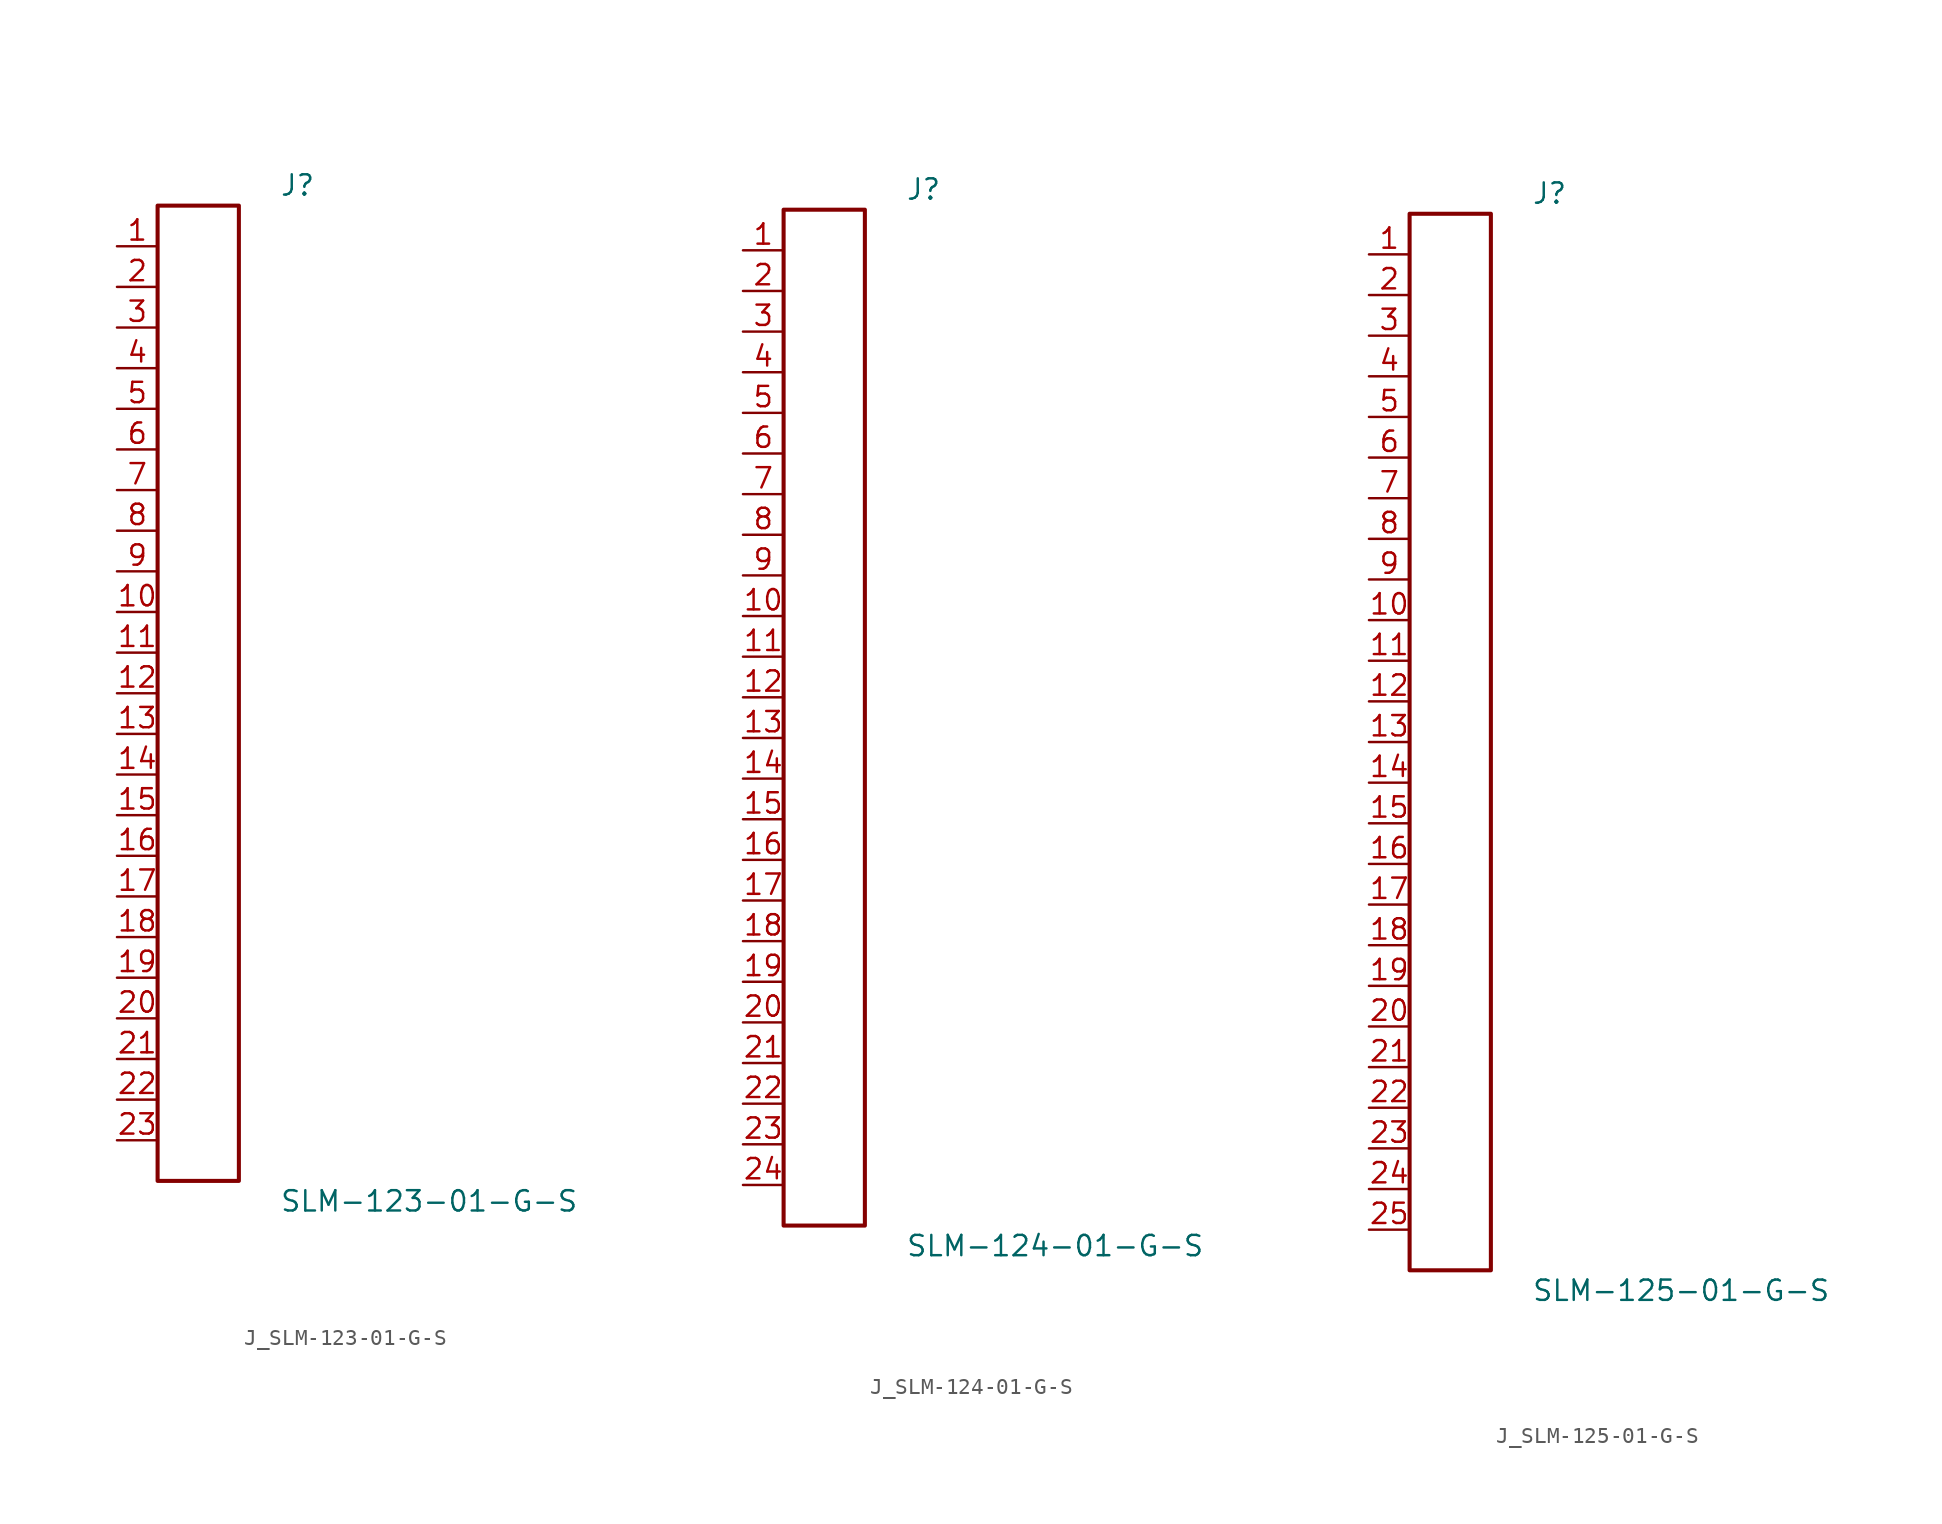
<source format=kicad_sym>
(kicad_symbol_lib
  (version 20231120)
  (generator kicad_symbol_editor)
  (generator_version 8.0)
  (symbol "J_SLM-123-01-G-S"
    (pin_names
      (offset 0.254))
    (property "Reference" "J"
      (at 5.08 31.75 0)
      (effects (font (size 1.27 1.27)) (justify left)))
    (property "Value" "SLM-123-01-G-S"
      (at 5.08 -31.75 0)
      (effects (font (size 1.27 1.27)) (justify left)))
    (symbol "J_SLM-123-01-G-S_0_0"
      (pin passive line (at -5.08 27.94 0) (length 2.54) (name "" (effects (font (size 1.27 1.27)))) (number "1" (effects (font (size 1.27 1.27)))))
      (pin passive line (at -5.08 25.4 0) (length 2.54) (name "" (effects (font (size 1.27 1.27)))) (number "2" (effects (font (size 1.27 1.27)))))
      (pin passive line (at -5.08 22.86 0) (length 2.54) (name "" (effects (font (size 1.27 1.27)))) (number "3" (effects (font (size 1.27 1.27)))))
      (pin passive line (at -5.08 20.32 0) (length 2.54) (name "" (effects (font (size 1.27 1.27)))) (number "4" (effects (font (size 1.27 1.27)))))
      (pin passive line (at -5.08 17.78 0) (length 2.54) (name "" (effects (font (size 1.27 1.27)))) (number "5" (effects (font (size 1.27 1.27)))))
      (pin passive line (at -5.08 15.24 0) (length 2.54) (name "" (effects (font (size 1.27 1.27)))) (number "6" (effects (font (size 1.27 1.27)))))
      (pin passive line (at -5.08 12.7 0) (length 2.54) (name "" (effects (font (size 1.27 1.27)))) (number "7" (effects (font (size 1.27 1.27)))))
      (pin passive line (at -5.08 10.16 0) (length 2.54) (name "" (effects (font (size 1.27 1.27)))) (number "8" (effects (font (size 1.27 1.27)))))
      (pin passive line (at -5.08 7.62 0) (length 2.54) (name "" (effects (font (size 1.27 1.27)))) (number "9" (effects (font (size 1.27 1.27)))))
      (pin passive line (at -5.08 5.08 0) (length 2.54) (name "" (effects (font (size 1.27 1.27)))) (number "10" (effects (font (size 1.27 1.27)))))
      (pin passive line (at -5.08 2.54 0) (length 2.54) (name "" (effects (font (size 1.27 1.27)))) (number "11" (effects (font (size 1.27 1.27)))))
      (pin passive line (at -5.08 0.0 0) (length 2.54) (name "" (effects (font (size 1.27 1.27)))) (number "12" (effects (font (size 1.27 1.27)))))
      (pin passive line (at -5.08 -2.54 0) (length 2.54) (name "" (effects (font (size 1.27 1.27)))) (number "13" (effects (font (size 1.27 1.27)))))
      (pin passive line (at -5.08 -5.08 0) (length 2.54) (name "" (effects (font (size 1.27 1.27)))) (number "14" (effects (font (size 1.27 1.27)))))
      (pin passive line (at -5.08 -7.62 0) (length 2.54) (name "" (effects (font (size 1.27 1.27)))) (number "15" (effects (font (size 1.27 1.27)))))
      (pin passive line (at -5.08 -10.16 0) (length 2.54) (name "" (effects (font (size 1.27 1.27)))) (number "16" (effects (font (size 1.27 1.27)))))
      (pin passive line (at -5.08 -12.7 0) (length 2.54) (name "" (effects (font (size 1.27 1.27)))) (number "17" (effects (font (size 1.27 1.27)))))
      (pin passive line (at -5.08 -15.24 0) (length 2.54) (name "" (effects (font (size 1.27 1.27)))) (number "18" (effects (font (size 1.27 1.27)))))
      (pin passive line (at -5.08 -17.78 0) (length 2.54) (name "" (effects (font (size 1.27 1.27)))) (number "19" (effects (font (size 1.27 1.27)))))
      (pin passive line (at -5.08 -20.32 0) (length 2.54) (name "" (effects (font (size 1.27 1.27)))) (number "20" (effects (font (size 1.27 1.27)))))
      (pin passive line (at -5.08 -22.86 0) (length 2.54) (name "" (effects (font (size 1.27 1.27)))) (number "21" (effects (font (size 1.27 1.27)))))
      (pin passive line (at -5.08 -25.4 0) (length 2.54) (name "" (effects (font (size 1.27 1.27)))) (number "22" (effects (font (size 1.27 1.27)))))
      (pin passive line (at -5.08 -27.94 0) (length 2.54) (name "" (effects (font (size 1.27 1.27)))) (number "23" (effects (font (size 1.27 1.27))))))
    (symbol "J_SLM-123-01-G-S_1_0"
      (rectangle (start -2.54 30.48) (end 2.54 -30.48) (stroke (width 0.254) (type solid)) (fill (type none)))))
  (symbol "J_SLM-124-01-G-S"
    (pin_names
      (offset 0.254))
    (property "Reference" "J"
      (at 5.08 33.02 0)
      (effects (font (size 1.27 1.27)) (justify left)))
    (property "Value" "SLM-124-01-G-S"
      (at 5.08 -33.02 0)
      (effects (font (size 1.27 1.27)) (justify left)))
    (symbol "J_SLM-124-01-G-S_0_0"
      (pin passive line (at -5.08 29.21 0) (length 2.54) (name "" (effects (font (size 1.27 1.27)))) (number "1" (effects (font (size 1.27 1.27)))))
      (pin passive line (at -5.08 26.67 0) (length 2.54) (name "" (effects (font (size 1.27 1.27)))) (number "2" (effects (font (size 1.27 1.27)))))
      (pin passive line (at -5.08 24.13 0) (length 2.54) (name "" (effects (font (size 1.27 1.27)))) (number "3" (effects (font (size 1.27 1.27)))))
      (pin passive line (at -5.08 21.59 0) (length 2.54) (name "" (effects (font (size 1.27 1.27)))) (number "4" (effects (font (size 1.27 1.27)))))
      (pin passive line (at -5.08 19.05 0) (length 2.54) (name "" (effects (font (size 1.27 1.27)))) (number "5" (effects (font (size 1.27 1.27)))))
      (pin passive line (at -5.08 16.51 0) (length 2.54) (name "" (effects (font (size 1.27 1.27)))) (number "6" (effects (font (size 1.27 1.27)))))
      (pin passive line (at -5.08 13.97 0) (length 2.54) (name "" (effects (font (size 1.27 1.27)))) (number "7" (effects (font (size 1.27 1.27)))))
      (pin passive line (at -5.08 11.43 0) (length 2.54) (name "" (effects (font (size 1.27 1.27)))) (number "8" (effects (font (size 1.27 1.27)))))
      (pin passive line (at -5.08 8.89 0) (length 2.54) (name "" (effects (font (size 1.27 1.27)))) (number "9" (effects (font (size 1.27 1.27)))))
      (pin passive line (at -5.08 6.35 0) (length 2.54) (name "" (effects (font (size 1.27 1.27)))) (number "10" (effects (font (size 1.27 1.27)))))
      (pin passive line (at -5.08 3.81 0) (length 2.54) (name "" (effects (font (size 1.27 1.27)))) (number "11" (effects (font (size 1.27 1.27)))))
      (pin passive line (at -5.08 1.27 0) (length 2.54) (name "" (effects (font (size 1.27 1.27)))) (number "12" (effects (font (size 1.27 1.27)))))
      (pin passive line (at -5.08 -1.27 0) (length 2.54) (name "" (effects (font (size 1.27 1.27)))) (number "13" (effects (font (size 1.27 1.27)))))
      (pin passive line (at -5.08 -3.81 0) (length 2.54) (name "" (effects (font (size 1.27 1.27)))) (number "14" (effects (font (size 1.27 1.27)))))
      (pin passive line (at -5.08 -6.35 0) (length 2.54) (name "" (effects (font (size 1.27 1.27)))) (number "15" (effects (font (size 1.27 1.27)))))
      (pin passive line (at -5.08 -8.89 0) (length 2.54) (name "" (effects (font (size 1.27 1.27)))) (number "16" (effects (font (size 1.27 1.27)))))
      (pin passive line (at -5.08 -11.43 0) (length 2.54) (name "" (effects (font (size 1.27 1.27)))) (number "17" (effects (font (size 1.27 1.27)))))
      (pin passive line (at -5.08 -13.97 0) (length 2.54) (name "" (effects (font (size 1.27 1.27)))) (number "18" (effects (font (size 1.27 1.27)))))
      (pin passive line (at -5.08 -16.51 0) (length 2.54) (name "" (effects (font (size 1.27 1.27)))) (number "19" (effects (font (size 1.27 1.27)))))
      (pin passive line (at -5.08 -19.05 0) (length 2.54) (name "" (effects (font (size 1.27 1.27)))) (number "20" (effects (font (size 1.27 1.27)))))
      (pin passive line (at -5.08 -21.59 0) (length 2.54) (name "" (effects (font (size 1.27 1.27)))) (number "21" (effects (font (size 1.27 1.27)))))
      (pin passive line (at -5.08 -24.13 0) (length 2.54) (name "" (effects (font (size 1.27 1.27)))) (number "22" (effects (font (size 1.27 1.27)))))
      (pin passive line (at -5.08 -26.67 0) (length 2.54) (name "" (effects (font (size 1.27 1.27)))) (number "23" (effects (font (size 1.27 1.27)))))
      (pin passive line (at -5.08 -29.21 0) (length 2.54) (name "" (effects (font (size 1.27 1.27)))) (number "24" (effects (font (size 1.27 1.27))))))
    (symbol "J_SLM-124-01-G-S_1_0"
      (rectangle (start -2.54 31.75) (end 2.54 -31.75) (stroke (width 0.254) (type solid)) (fill (type none)))))
  (symbol "J_SLM-125-01-G-S"
    (pin_names
      (offset 0.254))
    (property "Reference" "J"
      (at 5.08 34.29 0)
      (effects (font (size 1.27 1.27)) (justify left)))
    (property "Value" "SLM-125-01-G-S"
      (at 5.08 -34.29 0)
      (effects (font (size 1.27 1.27)) (justify left)))
    (symbol "J_SLM-125-01-G-S_0_0"
      (pin passive line (at -5.08 30.48 0) (length 2.54) (name "" (effects (font (size 1.27 1.27)))) (number "1" (effects (font (size 1.27 1.27)))))
      (pin passive line (at -5.08 27.94 0) (length 2.54) (name "" (effects (font (size 1.27 1.27)))) (number "2" (effects (font (size 1.27 1.27)))))
      (pin passive line (at -5.08 25.4 0) (length 2.54) (name "" (effects (font (size 1.27 1.27)))) (number "3" (effects (font (size 1.27 1.27)))))
      (pin passive line (at -5.08 22.86 0) (length 2.54) (name "" (effects (font (size 1.27 1.27)))) (number "4" (effects (font (size 1.27 1.27)))))
      (pin passive line (at -5.08 20.32 0) (length 2.54) (name "" (effects (font (size 1.27 1.27)))) (number "5" (effects (font (size 1.27 1.27)))))
      (pin passive line (at -5.08 17.78 0) (length 2.54) (name "" (effects (font (size 1.27 1.27)))) (number "6" (effects (font (size 1.27 1.27)))))
      (pin passive line (at -5.08 15.24 0) (length 2.54) (name "" (effects (font (size 1.27 1.27)))) (number "7" (effects (font (size 1.27 1.27)))))
      (pin passive line (at -5.08 12.7 0) (length 2.54) (name "" (effects (font (size 1.27 1.27)))) (number "8" (effects (font (size 1.27 1.27)))))
      (pin passive line (at -5.08 10.16 0) (length 2.54) (name "" (effects (font (size 1.27 1.27)))) (number "9" (effects (font (size 1.27 1.27)))))
      (pin passive line (at -5.08 7.62 0) (length 2.54) (name "" (effects (font (size 1.27 1.27)))) (number "10" (effects (font (size 1.27 1.27)))))
      (pin passive line (at -5.08 5.08 0) (length 2.54) (name "" (effects (font (size 1.27 1.27)))) (number "11" (effects (font (size 1.27 1.27)))))
      (pin passive line (at -5.08 2.54 0) (length 2.54) (name "" (effects (font (size 1.27 1.27)))) (number "12" (effects (font (size 1.27 1.27)))))
      (pin passive line (at -5.08 0.0 0) (length 2.54) (name "" (effects (font (size 1.27 1.27)))) (number "13" (effects (font (size 1.27 1.27)))))
      (pin passive line (at -5.08 -2.54 0) (length 2.54) (name "" (effects (font (size 1.27 1.27)))) (number "14" (effects (font (size 1.27 1.27)))))
      (pin passive line (at -5.08 -5.08 0) (length 2.54) (name "" (effects (font (size 1.27 1.27)))) (number "15" (effects (font (size 1.27 1.27)))))
      (pin passive line (at -5.08 -7.62 0) (length 2.54) (name "" (effects (font (size 1.27 1.27)))) (number "16" (effects (font (size 1.27 1.27)))))
      (pin passive line (at -5.08 -10.16 0) (length 2.54) (name "" (effects (font (size 1.27 1.27)))) (number "17" (effects (font (size 1.27 1.27)))))
      (pin passive line (at -5.08 -12.7 0) (length 2.54) (name "" (effects (font (size 1.27 1.27)))) (number "18" (effects (font (size 1.27 1.27)))))
      (pin passive line (at -5.08 -15.24 0) (length 2.54) (name "" (effects (font (size 1.27 1.27)))) (number "19" (effects (font (size 1.27 1.27)))))
      (pin passive line (at -5.08 -17.78 0) (length 2.54) (name "" (effects (font (size 1.27 1.27)))) (number "20" (effects (font (size 1.27 1.27)))))
      (pin passive line (at -5.08 -20.32 0) (length 2.54) (name "" (effects (font (size 1.27 1.27)))) (number "21" (effects (font (size 1.27 1.27)))))
      (pin passive line (at -5.08 -22.86 0) (length 2.54) (name "" (effects (font (size 1.27 1.27)))) (number "22" (effects (font (size 1.27 1.27)))))
      (pin passive line (at -5.08 -25.4 0) (length 2.54) (name "" (effects (font (size 1.27 1.27)))) (number "23" (effects (font (size 1.27 1.27)))))
      (pin passive line (at -5.08 -27.94 0) (length 2.54) (name "" (effects (font (size 1.27 1.27)))) (number "24" (effects (font (size 1.27 1.27)))))
      (pin passive line (at -5.08 -30.48 0) (length 2.54) (name "" (effects (font (size 1.27 1.27)))) (number "25" (effects (font (size 1.27 1.27))))))
    (symbol "J_SLM-125-01-G-S_1_0"
      (rectangle (start -2.54 33.02) (end 2.54 -33.02) (stroke (width 0.254) (type solid)) (fill (type none))))))
</source>
